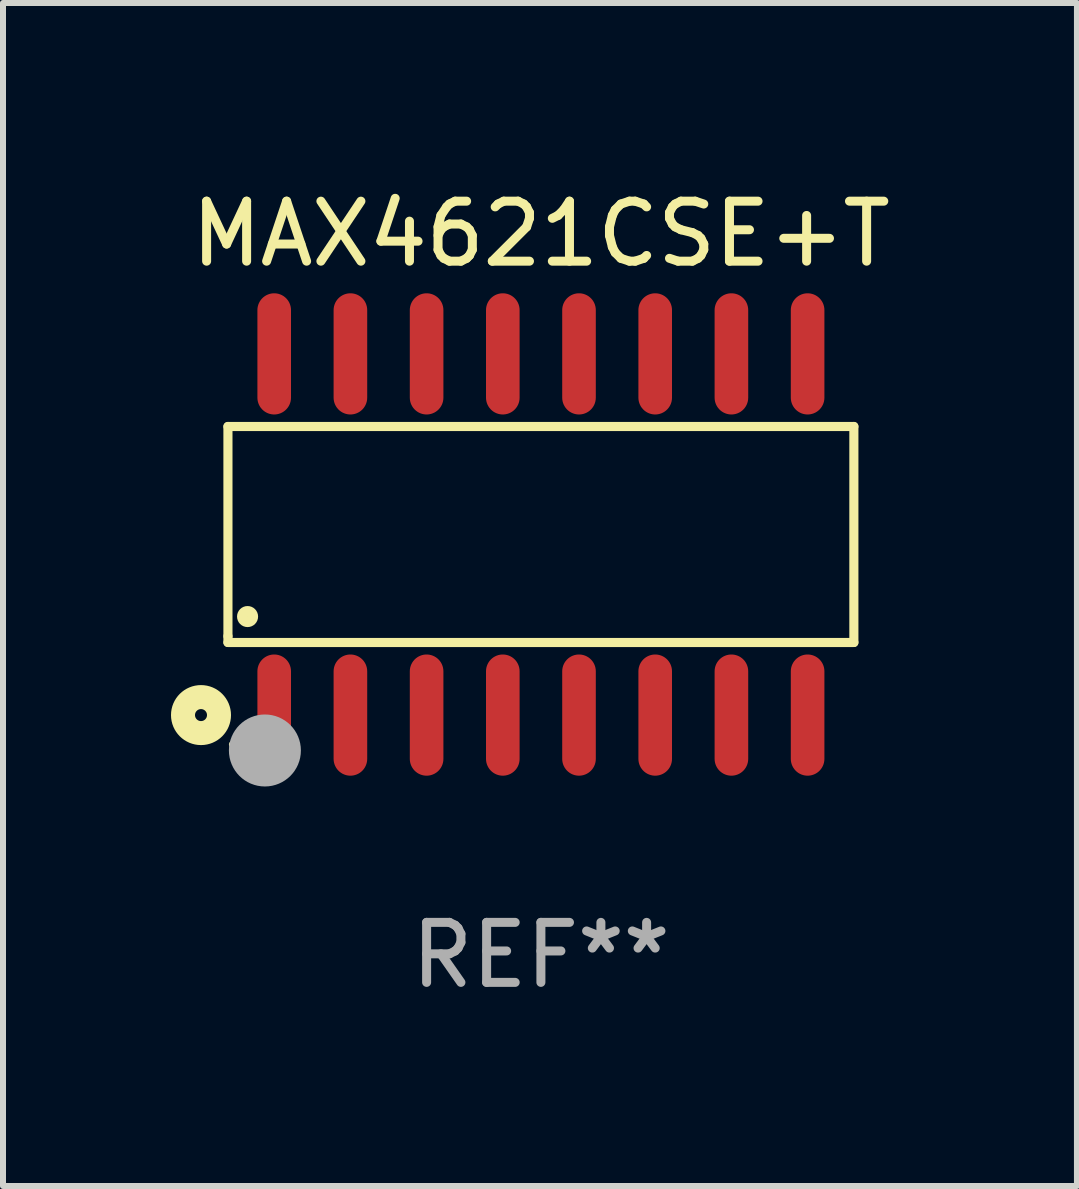
<source format=kicad_pcb>
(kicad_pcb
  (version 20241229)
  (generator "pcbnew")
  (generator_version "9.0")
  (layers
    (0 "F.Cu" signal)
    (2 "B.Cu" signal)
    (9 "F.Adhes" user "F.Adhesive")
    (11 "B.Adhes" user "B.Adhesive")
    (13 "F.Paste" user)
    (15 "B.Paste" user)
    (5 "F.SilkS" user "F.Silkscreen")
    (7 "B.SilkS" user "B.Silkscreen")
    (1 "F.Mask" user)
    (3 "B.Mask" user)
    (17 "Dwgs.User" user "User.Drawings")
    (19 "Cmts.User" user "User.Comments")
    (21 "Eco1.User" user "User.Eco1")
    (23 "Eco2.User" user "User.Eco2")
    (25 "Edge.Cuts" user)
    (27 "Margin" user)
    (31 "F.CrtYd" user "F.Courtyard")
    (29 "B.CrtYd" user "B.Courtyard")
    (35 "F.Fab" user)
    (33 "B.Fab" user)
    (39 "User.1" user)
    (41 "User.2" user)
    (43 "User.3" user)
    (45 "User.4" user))
  (footprint "MAX4621CSE+T"
    (layer "F.Cu")
    (at 5.965 5.858)
    (property "Reference" "MAX4621CSE+T" (at 0 -5.01 0) (layer "F.SilkS") (effects (font (size 1 1) (thickness 0.15))))
    (attr through_hole)
    (fp_line (start -5.216 -1.8) (end 5.216 -1.8) (stroke (width 0.152) (type solid)) (layer "F.SilkS"))
    (fp_line (start -5.216 1.695) (end -5.216 -1.8) (stroke (width 0.152) (type solid)) (layer "F.SilkS"))
    (fp_line (start -5.216 1.8) (end -5.216 1.695) (stroke (width 0.152) (type solid)) (layer "F.SilkS"))
    (fp_line (start 5.216 -1.8) (end 5.216 1.8) (stroke (width 0.152) (type solid)) (layer "F.SilkS"))
    (fp_line (start 5.216 1.8) (end -5.216 1.8) (stroke (width 0.152) (type solid)) (layer "F.SilkS"))
    (fp_circle (center -5.665 3.01) (end -5.565 3.01) (stroke (width 0.4) (type solid)) (fill no) (layer "F.SilkS"))
    (fp_circle (center -5.14 3.5) (end -5.11 3.5) (stroke (width 0.06) (type solid)) (fill no) (layer "F.SilkS"))
    (fp_circle (center -4.889 1.368) (end -4.801 1.368) (stroke (width 0.175) (type solid)) (fill no) (layer "F.SilkS"))
    (fp_circle (center -4.6 3.6) (end -4.3 3.6) (stroke (width 0.6) (type solid)) (fill no) (layer "F.Fab"))
    (fp_text user "REF**" (at 0 7.01 0) (layer "F.Fab") (effects (font (size 1 1) (thickness 0.15))))
    (pad "1" smd oval (at -4.445 3.01) (size 0.56 2.02) (layers "F.Cu" "F.Mask" "F.Paste"))
    (pad "2" smd oval (at -3.175 3.01) (size 0.56 2.02) (layers "F.Cu" "F.Mask" "F.Paste"))
    (pad "3" smd oval (at -1.905 3.01) (size 0.56 2.02) (layers "F.Cu" "F.Mask" "F.Paste"))
    (pad "4" smd oval (at -0.635 3.01) (size 0.56 2.02) (layers "F.Cu" "F.Mask" "F.Paste"))
    (pad "5" smd oval (at 0.635 3.01) (size 0.56 2.02) (layers "F.Cu" "F.Mask" "F.Paste"))
    (pad "6" smd oval (at 1.905 3.01) (size 0.56 2.02) (layers "F.Cu" "F.Mask" "F.Paste"))
    (pad "7" smd oval (at 3.175 3.01) (size 0.56 2.02) (layers "F.Cu" "F.Mask" "F.Paste"))
    (pad "8" smd oval (at 4.445 3.01) (size 0.56 2.02) (layers "F.Cu" "F.Mask" "F.Paste"))
    (pad "9" smd oval (at 4.445 -3.01) (size 0.56 2.02) (layers "F.Cu" "F.Mask" "F.Paste"))
    (pad "10" smd oval (at 3.175 -3.01) (size 0.56 2.02) (layers "F.Cu" "F.Mask" "F.Paste"))
    (pad "11" smd oval (at 1.905 -3.01) (size 0.56 2.02) (layers "F.Cu" "F.Mask" "F.Paste"))
    (pad "12" smd oval (at 0.635 -3.01) (size 0.56 2.02) (layers "F.Cu" "F.Mask" "F.Paste"))
    (pad "13" smd oval (at -0.635 -3.01) (size 0.56 2.02) (layers "F.Cu" "F.Mask" "F.Paste"))
    (pad "14" smd oval (at -1.905 -3.01) (size 0.56 2.02) (layers "F.Cu" "F.Mask" "F.Paste"))
    (pad "15" smd oval (at -3.175 -3.01) (size 0.56 2.02) (layers "F.Cu" "F.Mask" "F.Paste"))
    (pad "16" smd oval (at -4.445 -3.01) (size 0.56 2.02) (layers "F.Cu" "F.Mask" "F.Paste")))
  (gr_rect
    (start -3 -3)
    (end 14.899 16.716)
    (stroke (width 0.1) (type default))
    (fill no)
    (layer "Edge.Cuts")))
</source>
